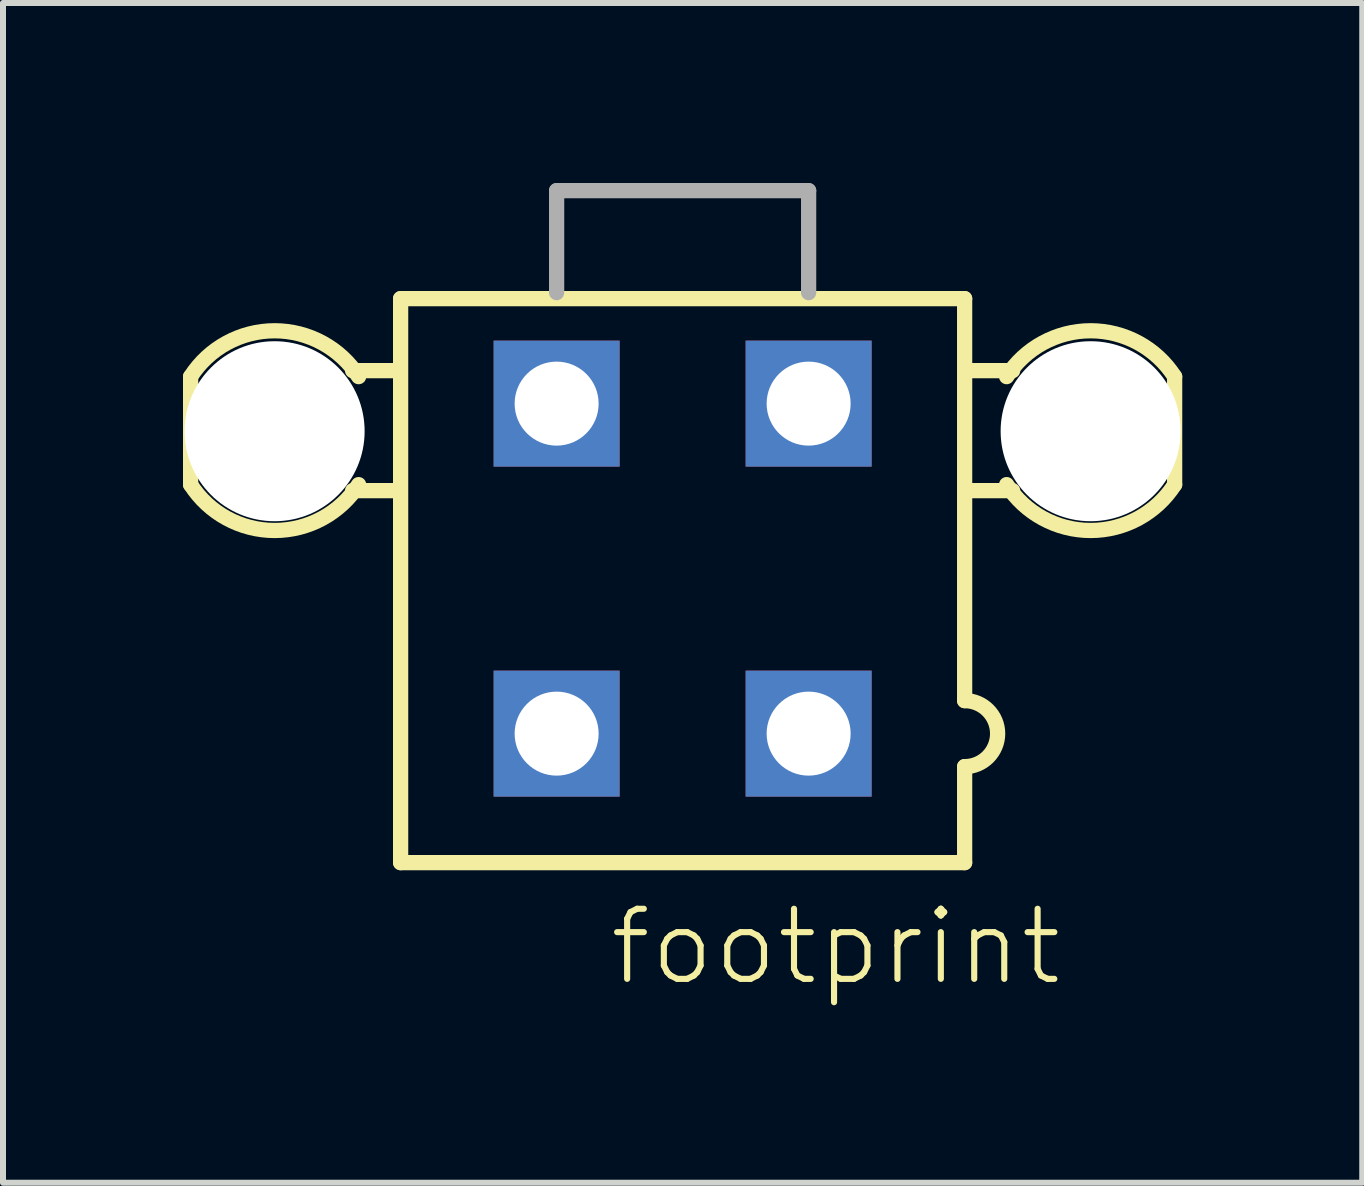
<source format=kicad_pcb>
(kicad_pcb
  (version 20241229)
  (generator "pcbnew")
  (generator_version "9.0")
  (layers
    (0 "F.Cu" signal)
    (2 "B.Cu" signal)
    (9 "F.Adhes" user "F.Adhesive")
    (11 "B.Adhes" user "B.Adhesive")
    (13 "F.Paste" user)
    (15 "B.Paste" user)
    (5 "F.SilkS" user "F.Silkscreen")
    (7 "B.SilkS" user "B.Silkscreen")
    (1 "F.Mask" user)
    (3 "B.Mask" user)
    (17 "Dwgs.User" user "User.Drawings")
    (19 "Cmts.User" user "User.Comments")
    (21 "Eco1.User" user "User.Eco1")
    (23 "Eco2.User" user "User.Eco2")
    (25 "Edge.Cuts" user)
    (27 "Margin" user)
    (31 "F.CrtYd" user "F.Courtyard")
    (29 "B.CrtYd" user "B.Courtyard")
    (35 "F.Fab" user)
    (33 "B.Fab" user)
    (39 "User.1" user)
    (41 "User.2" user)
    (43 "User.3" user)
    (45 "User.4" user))
  (footprint "footprint"
    (layer "F.Cu")
    (at 8.327 6.427)
    (property "Reference" "footprint" (at -1.27 6.985 0) (layer "F.SilkS") (effects (font (size 1.168 1.168) (thickness 0.102)) (justify left bottom)))
    (fp_line (start -8.2 -3.2) (end -8.2 -1.4) (stroke (width 0.254) (type solid)) (layer "F.SilkS"))
    (fp_line (start -5.5 -3.3) (end -4.8 -3.3) (stroke (width 0.254) (type solid)) (layer "F.SilkS"))
    (fp_line (start -5.5 -1.3) (end -4.8 -1.3) (stroke (width 0.254) (type solid)) (layer "F.SilkS"))
    (fp_line (start -4.7 -4.5) (end 4.7 -4.5) (stroke (width 0.254) (type solid)) (layer "F.SilkS"))
    (fp_line (start -4.7 4.9) (end -4.7 -4.5) (stroke (width 0.254) (type solid)) (layer "F.SilkS"))
    (fp_line (start 4.7 -4.5) (end 4.7 2.2) (stroke (width 0.254) (type solid)) (layer "F.SilkS"))
    (fp_line (start 4.7 3.3) (end 4.7 4.9) (stroke (width 0.254) (type solid)) (layer "F.SilkS"))
    (fp_line (start 4.7 4.9) (end -4.7 4.9) (stroke (width 0.254) (type solid)) (layer "F.SilkS"))
    (fp_line (start 5.5 -3.3) (end 4.8 -3.3) (stroke (width 0.254) (type solid)) (layer "F.SilkS"))
    (fp_line (start 5.5 -1.3) (end 4.8 -1.3) (stroke (width 0.254) (type solid)) (layer "F.SilkS"))
    (fp_line (start 8.2 -1.4) (end 8.2 -3.2) (stroke (width 0.254) (type solid)) (layer "F.SilkS"))
    (fp_arc (start -8.2 -3.2) (mid -6.799999 -3.964331) (end -5.399999 -3.199999) (stroke (width 0.254) (type solid)) (layer "F.SilkS"))
    (fp_arc (start -5.4 -1.4) (mid -6.8 -0.635668) (end -8.2 -1.4) (stroke (width 0.254) (type solid)) (layer "F.SilkS"))
    (fp_arc (start 4.7 2.2) (mid 5.25 2.75) (end 4.7 3.3) (stroke (width 0.254) (type solid)) (layer "F.SilkS"))
    (fp_arc (start 5.4 -3.2) (mid 6.800001 -3.964331) (end 8.200001 -3.199999) (stroke (width 0.254) (type solid)) (layer "F.SilkS"))
    (fp_arc (start 8.2 -1.4) (mid 6.8 -0.635668) (end 5.4 -1.4) (stroke (width 0.254) (type solid)) (layer "F.SilkS"))
    (fp_line (start -2.1 -6.3) (end -2.1 -4.6) (stroke (width 0.254) (type solid)) (layer "F.Fab"))
    (fp_line (start -2.1 -6.3) (end 2.1 -6.3) (stroke (width 0.254) (type solid)) (layer "F.Fab"))
    (fp_line (start 2.1 -6.3) (end 2.1 -4.6) (stroke (width 0.254) (type solid)) (layer "F.Fab"))
    (pad "" np_thru_hole circle (at -6.8 -2.29) (size 3 3) (drill 3) (layers "*.Cu" "*.Mask"))
    (pad "" np_thru_hole circle (at 6.8 -2.29) (size 3 3) (drill 3) (layers "*.Cu" "*.Mask"))
    (pad "1" thru_hole rect (at 2.1 2.75) (size 2.1 2.1) (drill 1.4) (layers "*.Cu" "*.Mask"))
    (pad "2" thru_hole rect (at -2.1 2.75) (size 2.1 2.1) (drill 1.4) (layers "*.Cu" "*.Mask"))
    (pad "3" thru_hole rect (at 2.1 -2.75) (size 2.1 2.1) (drill 1.4) (layers "*.Cu" "*.Mask"))
    (pad "4" thru_hole rect (at -2.1 -2.75) (size 2.1 2.1) (drill 1.4) (layers "*.Cu" "*.Mask")))
  (gr_rect
    (start -3 -3)
    (end 19.654 16.662)
    (stroke (width 0.1) (type default))
    (fill no)
    (layer "Edge.Cuts")))
</source>
